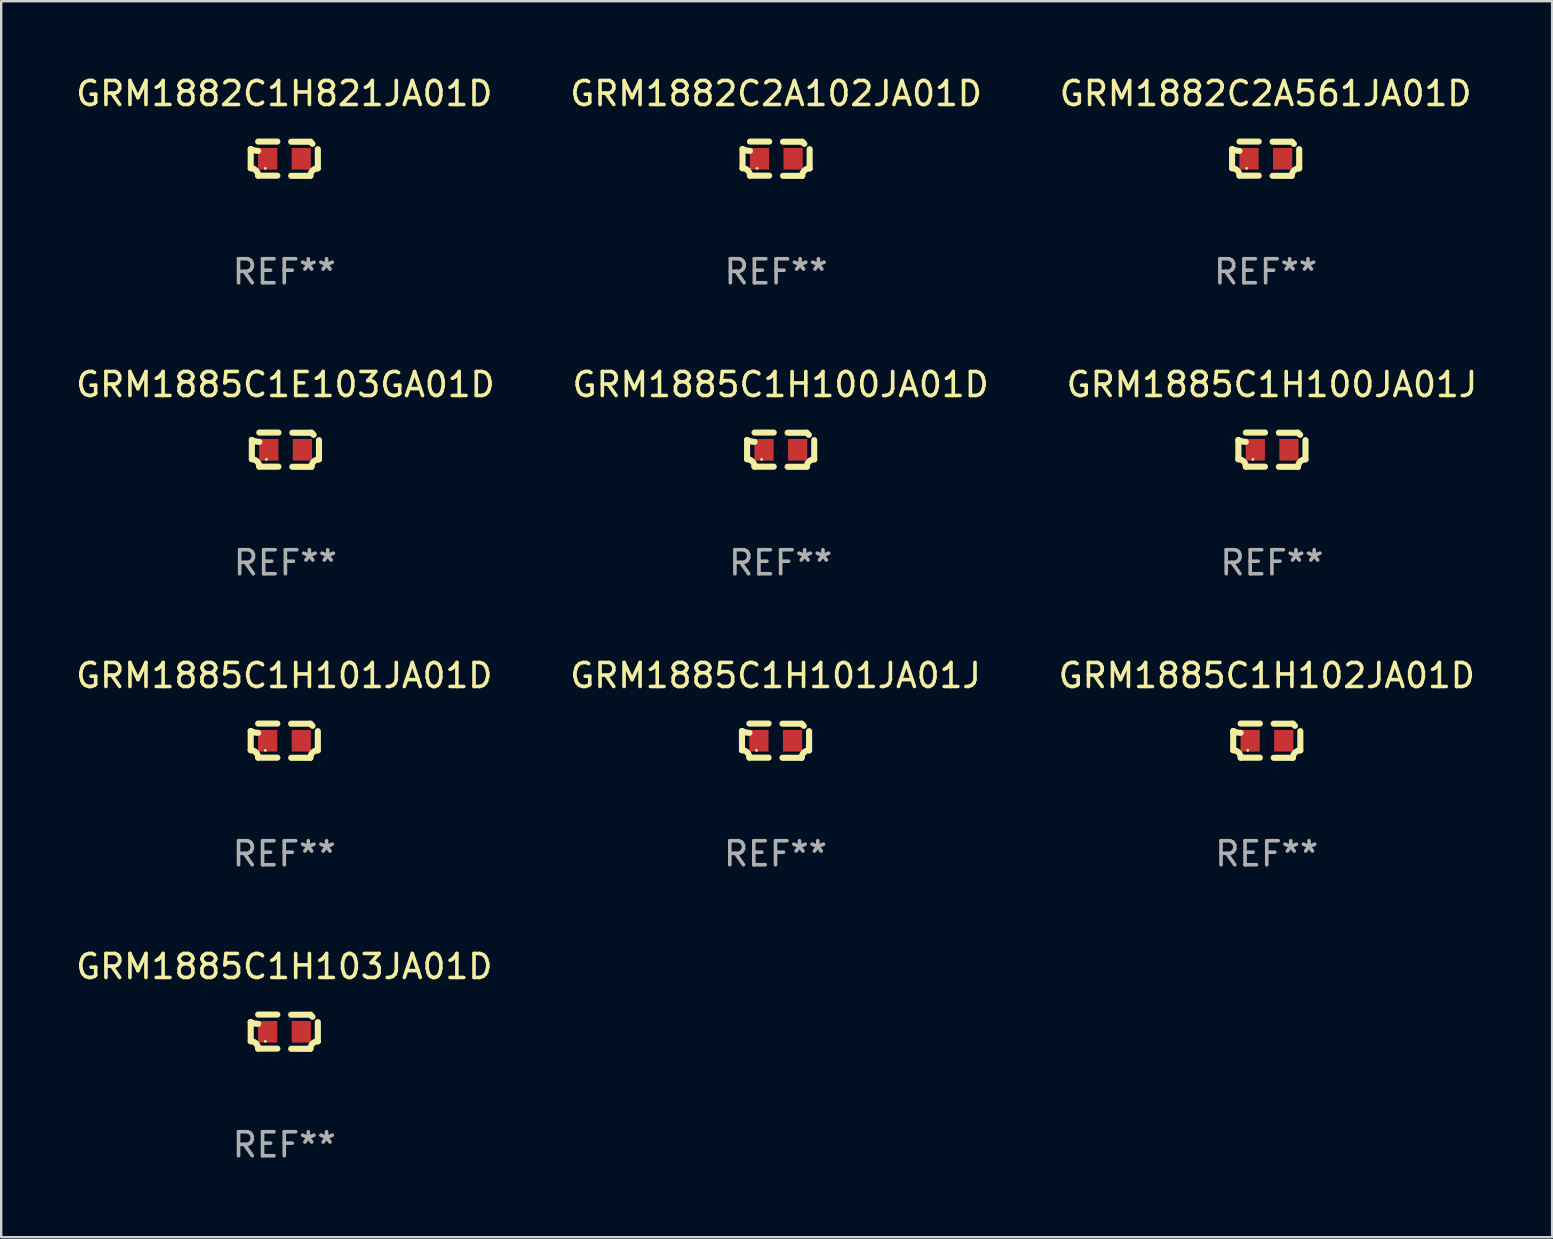
<source format=kicad_pcb>
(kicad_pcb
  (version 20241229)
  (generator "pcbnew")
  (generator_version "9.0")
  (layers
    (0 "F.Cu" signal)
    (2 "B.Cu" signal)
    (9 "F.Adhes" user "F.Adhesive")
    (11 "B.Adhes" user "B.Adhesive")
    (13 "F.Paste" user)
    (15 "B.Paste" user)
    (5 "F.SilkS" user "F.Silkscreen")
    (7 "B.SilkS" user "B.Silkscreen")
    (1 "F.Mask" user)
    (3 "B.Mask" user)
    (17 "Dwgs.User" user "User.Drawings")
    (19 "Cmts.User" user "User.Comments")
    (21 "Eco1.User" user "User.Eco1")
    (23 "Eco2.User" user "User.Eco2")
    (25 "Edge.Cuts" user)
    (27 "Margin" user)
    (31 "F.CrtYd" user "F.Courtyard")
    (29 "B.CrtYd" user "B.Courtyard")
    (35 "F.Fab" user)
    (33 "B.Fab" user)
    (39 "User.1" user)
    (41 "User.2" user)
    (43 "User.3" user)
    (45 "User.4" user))
  (footprint "GRM1885C1H103JA01D"
    (layer "F.Cu")
    (at 8.792 39.927)
    (property "Reference" "GRM1885C1H103JA01D" (at 0 -2.713 0) (layer "F.SilkS") (effects (font (size 1 1) (thickness 0.15))))
    (attr through_hole)
    (fp_line (start -1.398 -0.403) (end -1.398 0.397) (stroke (width 0.254) (type solid)) (layer "F.SilkS"))
    (fp_line (start -0.288 -0.713) (end -1.088 -0.713) (stroke (width 0.254) (type solid)) (layer "F.SilkS"))
    (fp_line (start -0.288 0.707) (end -1.088 0.707) (stroke (width 0.254) (type solid)) (layer "F.SilkS"))
    (fp_line (start 0.288 -0.707) (end 1.088 -0.707) (stroke (width 0.254) (type solid)) (layer "F.SilkS"))
    (fp_line (start 0.288 0.713) (end 1.088 0.713) (stroke (width 0.254) (type solid)) (layer "F.SilkS"))
    (fp_line (start 1.398 -0.397) (end 1.398 0.403) (stroke (width 0.254) (type solid)) (layer "F.SilkS"))
    (fp_arc (start -1.397789 0.397066) (mid -1.178701 0.487826) (end -1.08796 0.706922) (stroke (width 0.254001) (type solid)) (layer "F.SilkS"))
    (fp_arc (start -1.08796 -0.327176) (mid -1.247436 -0.346384) (end -1.39779 -0.402908) (stroke (width 0.254001) (type solid)) (layer "F.SilkS"))
    (fp_arc (start 1.087909 0.712738) (mid 1.178656 0.493655) (end 1.397739 0.402908) (stroke (width 0.254001) (type solid)) (layer "F.SilkS"))
    (fp_arc (start 1.175925 -0.618926) (mid 1.131917 -0.662923) (end 1.08791 -0.706922) (stroke (width 0.254001) (type solid)) (layer "F.SilkS"))
    (fp_circle (center -0.792 0.403) (end -0.762 0.403) (stroke (width 0.06) (type solid)) (fill no) (layer "F.SilkS"))
    (fp_text user "REF**" (at 0 4.713 0) (layer "F.Fab") (effects (font (size 1 1) (thickness 0.15))))
    (pad "1" smd rect (at -0.692 0.003) (size 0.8 0.9) (layers "F.Cu" "F.Mask" "F.Paste"))
    (pad "2" smd rect (at 0.708 0.003) (size 0.8 0.9) (layers "F.Cu" "F.Mask" "F.Paste")))
  (footprint "GRM1885C1H101JA01D"
    (layer "F.Cu")
    (at 8.792 27.805)
    (property "Reference" "GRM1885C1H101JA01D" (at 0 -2.713 0) (layer "F.SilkS") (effects (font (size 1 1) (thickness 0.15))))
    (attr through_hole)
    (fp_line (start -1.398 -0.403) (end -1.398 0.397) (stroke (width 0.254) (type solid)) (layer "F.SilkS"))
    (fp_line (start -0.288 -0.713) (end -1.088 -0.713) (stroke (width 0.254) (type solid)) (layer "F.SilkS"))
    (fp_line (start -0.288 0.707) (end -1.088 0.707) (stroke (width 0.254) (type solid)) (layer "F.SilkS"))
    (fp_line (start 0.288 -0.707) (end 1.088 -0.707) (stroke (width 0.254) (type solid)) (layer "F.SilkS"))
    (fp_line (start 0.288 0.713) (end 1.088 0.713) (stroke (width 0.254) (type solid)) (layer "F.SilkS"))
    (fp_line (start 1.398 -0.397) (end 1.398 0.403) (stroke (width 0.254) (type solid)) (layer "F.SilkS"))
    (fp_arc (start -1.397789 0.397066) (mid -1.178701 0.487826) (end -1.08796 0.706922) (stroke (width 0.254001) (type solid)) (layer "F.SilkS"))
    (fp_arc (start -1.08796 -0.327176) (mid -1.247436 -0.346384) (end -1.39779 -0.402908) (stroke (width 0.254001) (type solid)) (layer "F.SilkS"))
    (fp_arc (start 1.087909 0.712738) (mid 1.178656 0.493655) (end 1.397739 0.402908) (stroke (width 0.254001) (type solid)) (layer "F.SilkS"))
    (fp_arc (start 1.175925 -0.618926) (mid 1.131917 -0.662923) (end 1.08791 -0.706922) (stroke (width 0.254001) (type solid)) (layer "F.SilkS"))
    (fp_circle (center -0.792 0.403) (end -0.762 0.403) (stroke (width 0.06) (type solid)) (fill no) (layer "F.SilkS"))
    (fp_text user "REF**" (at 0 4.713 0) (layer "F.Fab") (effects (font (size 1 1) (thickness 0.15))))
    (pad "1" smd rect (at -0.692 0.003) (size 0.8 0.9) (layers "F.Cu" "F.Mask" "F.Paste"))
    (pad "2" smd rect (at 0.708 0.003) (size 0.8 0.9) (layers "F.Cu" "F.Mask" "F.Paste")))
  (footprint "GRM1885C1H101JA01J"
    (layer "F.Cu")
    (at 29.256 27.805)
    (property "Reference" "GRM1885C1H101JA01J" (at 0 -2.713 0) (layer "F.SilkS") (effects (font (size 1 1) (thickness 0.15))))
    (attr through_hole)
    (fp_line (start -1.398 -0.403) (end -1.398 0.397) (stroke (width 0.254) (type solid)) (layer "F.SilkS"))
    (fp_line (start -0.288 -0.713) (end -1.088 -0.713) (stroke (width 0.254) (type solid)) (layer "F.SilkS"))
    (fp_line (start -0.288 0.707) (end -1.088 0.707) (stroke (width 0.254) (type solid)) (layer "F.SilkS"))
    (fp_line (start 0.288 -0.707) (end 1.088 -0.707) (stroke (width 0.254) (type solid)) (layer "F.SilkS"))
    (fp_line (start 0.288 0.713) (end 1.088 0.713) (stroke (width 0.254) (type solid)) (layer "F.SilkS"))
    (fp_line (start 1.398 -0.397) (end 1.398 0.403) (stroke (width 0.254) (type solid)) (layer "F.SilkS"))
    (fp_arc (start -1.397789 0.397066) (mid -1.178701 0.487826) (end -1.08796 0.706922) (stroke (width 0.254001) (type solid)) (layer "F.SilkS"))
    (fp_arc (start -1.08796 -0.327176) (mid -1.247436 -0.346384) (end -1.39779 -0.402908) (stroke (width 0.254001) (type solid)) (layer "F.SilkS"))
    (fp_arc (start 1.087909 0.712738) (mid 1.178656 0.493655) (end 1.397739 0.402908) (stroke (width 0.254001) (type solid)) (layer "F.SilkS"))
    (fp_arc (start 1.175925 -0.618926) (mid 1.131917 -0.662923) (end 1.08791 -0.706922) (stroke (width 0.254001) (type solid)) (layer "F.SilkS"))
    (fp_circle (center -0.792 0.403) (end -0.762 0.403) (stroke (width 0.06) (type solid)) (fill no) (layer "F.SilkS"))
    (fp_text user "REF**" (at 0 4.713 0) (layer "F.Fab") (effects (font (size 1 1) (thickness 0.15))))
    (pad "1" smd rect (at -0.692 0.003) (size 0.8 0.9) (layers "F.Cu" "F.Mask" "F.Paste"))
    (pad "2" smd rect (at 0.708 0.003) (size 0.8 0.9) (layers "F.Cu" "F.Mask" "F.Paste")))
  (footprint "GRM1882C2A102JA01D"
    (layer "F.Cu")
    (at 29.28 3.561)
    (property "Reference" "GRM1882C2A102JA01D" (at 0 -2.713 0) (layer "F.SilkS") (effects (font (size 1 1) (thickness 0.15))))
    (attr through_hole)
    (fp_line (start -1.398 -0.403) (end -1.398 0.397) (stroke (width 0.254) (type solid)) (layer "F.SilkS"))
    (fp_line (start -0.288 -0.713) (end -1.088 -0.713) (stroke (width 0.254) (type solid)) (layer "F.SilkS"))
    (fp_line (start -0.288 0.707) (end -1.088 0.707) (stroke (width 0.254) (type solid)) (layer "F.SilkS"))
    (fp_line (start 0.288 -0.707) (end 1.088 -0.707) (stroke (width 0.254) (type solid)) (layer "F.SilkS"))
    (fp_line (start 0.288 0.713) (end 1.088 0.713) (stroke (width 0.254) (type solid)) (layer "F.SilkS"))
    (fp_line (start 1.398 -0.397) (end 1.398 0.403) (stroke (width 0.254) (type solid)) (layer "F.SilkS"))
    (fp_arc (start -1.397789 0.397066) (mid -1.178701 0.487826) (end -1.08796 0.706922) (stroke (width 0.254001) (type solid)) (layer "F.SilkS"))
    (fp_arc (start -1.08796 -0.327176) (mid -1.247436 -0.346384) (end -1.39779 -0.402908) (stroke (width 0.254001) (type solid)) (layer "F.SilkS"))
    (fp_arc (start 1.087909 0.712738) (mid 1.178656 0.493655) (end 1.397739 0.402908) (stroke (width 0.254001) (type solid)) (layer "F.SilkS"))
    (fp_arc (start 1.175925 -0.618926) (mid 1.131917 -0.662923) (end 1.08791 -0.706922) (stroke (width 0.254001) (type solid)) (layer "F.SilkS"))
    (fp_circle (center -0.792 0.403) (end -0.762 0.403) (stroke (width 0.06) (type solid)) (fill no) (layer "F.SilkS"))
    (fp_text user "REF**" (at 0 4.713 0) (layer "F.Fab") (effects (font (size 1 1) (thickness 0.15))))
    (pad "1" smd rect (at -0.692 0.003) (size 0.8 0.9) (layers "F.Cu" "F.Mask" "F.Paste"))
    (pad "2" smd rect (at 0.708 0.003) (size 0.8 0.9) (layers "F.Cu" "F.Mask" "F.Paste")))
  (footprint "GRM1885C1E103GA01D"
    (layer "F.Cu")
    (at 8.839 15.683)
    (property "Reference" "GRM1885C1E103GA01D" (at 0 -2.713 0) (layer "F.SilkS") (effects (font (size 1 1) (thickness 0.15))))
    (attr through_hole)
    (fp_line (start -1.398 -0.403) (end -1.398 0.397) (stroke (width 0.254) (type solid)) (layer "F.SilkS"))
    (fp_line (start -0.288 -0.713) (end -1.088 -0.713) (stroke (width 0.254) (type solid)) (layer "F.SilkS"))
    (fp_line (start -0.288 0.707) (end -1.088 0.707) (stroke (width 0.254) (type solid)) (layer "F.SilkS"))
    (fp_line (start 0.288 -0.707) (end 1.088 -0.707) (stroke (width 0.254) (type solid)) (layer "F.SilkS"))
    (fp_line (start 0.288 0.713) (end 1.088 0.713) (stroke (width 0.254) (type solid)) (layer "F.SilkS"))
    (fp_line (start 1.398 -0.397) (end 1.398 0.403) (stroke (width 0.254) (type solid)) (layer "F.SilkS"))
    (fp_arc (start -1.397789 0.397066) (mid -1.178701 0.487826) (end -1.08796 0.706922) (stroke (width 0.254001) (type solid)) (layer "F.SilkS"))
    (fp_arc (start -1.08796 -0.327176) (mid -1.247436 -0.346384) (end -1.39779 -0.402908) (stroke (width 0.254001) (type solid)) (layer "F.SilkS"))
    (fp_arc (start 1.087909 0.712738) (mid 1.178656 0.493655) (end 1.397739 0.402908) (stroke (width 0.254001) (type solid)) (layer "F.SilkS"))
    (fp_arc (start 1.175925 -0.618926) (mid 1.131917 -0.662923) (end 1.08791 -0.706922) (stroke (width 0.254001) (type solid)) (layer "F.SilkS"))
    (fp_circle (center -0.792 0.403) (end -0.762 0.403) (stroke (width 0.06) (type solid)) (fill no) (layer "F.SilkS"))
    (fp_text user "REF**" (at 0 4.713 0) (layer "F.Fab") (effects (font (size 1 1) (thickness 0.15))))
    (pad "1" smd rect (at -0.692 0.003) (size 0.8 0.9) (layers "F.Cu" "F.Mask" "F.Paste"))
    (pad "2" smd rect (at 0.708 0.003) (size 0.8 0.9) (layers "F.Cu" "F.Mask" "F.Paste")))
  (footprint "GRM1885C1H100JA01D"
    (layer "F.Cu")
    (at 29.47 15.683)
    (property "Reference" "GRM1885C1H100JA01D" (at 0 -2.713 0) (layer "F.SilkS") (effects (font (size 1 1) (thickness 0.15))))
    (attr through_hole)
    (fp_line (start -1.398 -0.403) (end -1.398 0.397) (stroke (width 0.254) (type solid)) (layer "F.SilkS"))
    (fp_line (start -0.288 -0.713) (end -1.088 -0.713) (stroke (width 0.254) (type solid)) (layer "F.SilkS"))
    (fp_line (start -0.288 0.707) (end -1.088 0.707) (stroke (width 0.254) (type solid)) (layer "F.SilkS"))
    (fp_line (start 0.288 -0.707) (end 1.088 -0.707) (stroke (width 0.254) (type solid)) (layer "F.SilkS"))
    (fp_line (start 0.288 0.713) (end 1.088 0.713) (stroke (width 0.254) (type solid)) (layer "F.SilkS"))
    (fp_line (start 1.398 -0.397) (end 1.398 0.403) (stroke (width 0.254) (type solid)) (layer "F.SilkS"))
    (fp_arc (start -1.397789 0.397066) (mid -1.178701 0.487826) (end -1.08796 0.706922) (stroke (width 0.254001) (type solid)) (layer "F.SilkS"))
    (fp_arc (start -1.08796 -0.327176) (mid -1.247436 -0.346384) (end -1.39779 -0.402908) (stroke (width 0.254001) (type solid)) (layer "F.SilkS"))
    (fp_arc (start 1.087909 0.712738) (mid 1.178656 0.493655) (end 1.397739 0.402908) (stroke (width 0.254001) (type solid)) (layer "F.SilkS"))
    (fp_arc (start 1.175925 -0.618926) (mid 1.131917 -0.662923) (end 1.08791 -0.706922) (stroke (width 0.254001) (type solid)) (layer "F.SilkS"))
    (fp_circle (center -0.792 0.403) (end -0.762 0.403) (stroke (width 0.06) (type solid)) (fill no) (layer "F.SilkS"))
    (fp_text user "REF**" (at 0 4.713 0) (layer "F.Fab") (effects (font (size 1 1) (thickness 0.15))))
    (pad "1" smd rect (at -0.692 0.003) (size 0.8 0.9) (layers "F.Cu" "F.Mask" "F.Paste"))
    (pad "2" smd rect (at 0.708 0.003) (size 0.8 0.9) (layers "F.Cu" "F.Mask" "F.Paste")))
  (footprint "GRM1882C2A561JA01D"
    (layer "F.Cu")
    (at 49.673 3.561)
    (property "Reference" "GRM1882C2A561JA01D" (at 0 -2.713 0) (layer "F.SilkS") (effects (font (size 1 1) (thickness 0.15))))
    (attr through_hole)
    (fp_line (start -1.398 -0.403) (end -1.398 0.397) (stroke (width 0.254) (type solid)) (layer "F.SilkS"))
    (fp_line (start -0.288 -0.713) (end -1.088 -0.713) (stroke (width 0.254) (type solid)) (layer "F.SilkS"))
    (fp_line (start -0.288 0.707) (end -1.088 0.707) (stroke (width 0.254) (type solid)) (layer "F.SilkS"))
    (fp_line (start 0.288 -0.707) (end 1.088 -0.707) (stroke (width 0.254) (type solid)) (layer "F.SilkS"))
    (fp_line (start 0.288 0.713) (end 1.088 0.713) (stroke (width 0.254) (type solid)) (layer "F.SilkS"))
    (fp_line (start 1.398 -0.397) (end 1.398 0.403) (stroke (width 0.254) (type solid)) (layer "F.SilkS"))
    (fp_arc (start -1.397789 0.397066) (mid -1.178701 0.487826) (end -1.08796 0.706922) (stroke (width 0.254001) (type solid)) (layer "F.SilkS"))
    (fp_arc (start -1.08796 -0.327176) (mid -1.247436 -0.346384) (end -1.39779 -0.402908) (stroke (width 0.254001) (type solid)) (layer "F.SilkS"))
    (fp_arc (start 1.087909 0.712738) (mid 1.178656 0.493655) (end 1.397739 0.402908) (stroke (width 0.254001) (type solid)) (layer "F.SilkS"))
    (fp_arc (start 1.175925 -0.618926) (mid 1.131917 -0.662923) (end 1.08791 -0.706922) (stroke (width 0.254001) (type solid)) (layer "F.SilkS"))
    (fp_circle (center -0.792 0.403) (end -0.762 0.403) (stroke (width 0.06) (type solid)) (fill no) (layer "F.SilkS"))
    (fp_text user "REF**" (at 0 4.713 0) (layer "F.Fab") (effects (font (size 1 1) (thickness 0.15))))
    (pad "1" smd rect (at -0.692 0.003) (size 0.8 0.9) (layers "F.Cu" "F.Mask" "F.Paste"))
    (pad "2" smd rect (at 0.708 0.003) (size 0.8 0.9) (layers "F.Cu" "F.Mask" "F.Paste")))
  (footprint "GRM1885C1H100JA01J"
    (layer "F.Cu")
    (at 49.935 15.683)
    (property "Reference" "GRM1885C1H100JA01J" (at 0 -2.713 0) (layer "F.SilkS") (effects (font (size 1 1) (thickness 0.15))))
    (attr through_hole)
    (fp_line (start -1.398 -0.403) (end -1.398 0.397) (stroke (width 0.254) (type solid)) (layer "F.SilkS"))
    (fp_line (start -0.288 -0.713) (end -1.088 -0.713) (stroke (width 0.254) (type solid)) (layer "F.SilkS"))
    (fp_line (start -0.288 0.707) (end -1.088 0.707) (stroke (width 0.254) (type solid)) (layer "F.SilkS"))
    (fp_line (start 0.288 -0.707) (end 1.088 -0.707) (stroke (width 0.254) (type solid)) (layer "F.SilkS"))
    (fp_line (start 0.288 0.713) (end 1.088 0.713) (stroke (width 0.254) (type solid)) (layer "F.SilkS"))
    (fp_line (start 1.398 -0.397) (end 1.398 0.403) (stroke (width 0.254) (type solid)) (layer "F.SilkS"))
    (fp_arc (start -1.397789 0.397066) (mid -1.178701 0.487826) (end -1.08796 0.706922) (stroke (width 0.254001) (type solid)) (layer "F.SilkS"))
    (fp_arc (start -1.08796 -0.327176) (mid -1.247436 -0.346384) (end -1.39779 -0.402908) (stroke (width 0.254001) (type solid)) (layer "F.SilkS"))
    (fp_arc (start 1.087909 0.712738) (mid 1.178656 0.493655) (end 1.397739 0.402908) (stroke (width 0.254001) (type solid)) (layer "F.SilkS"))
    (fp_arc (start 1.175925 -0.618926) (mid 1.131917 -0.662923) (end 1.08791 -0.706922) (stroke (width 0.254001) (type solid)) (layer "F.SilkS"))
    (fp_circle (center -0.792 0.403) (end -0.762 0.403) (stroke (width 0.06) (type solid)) (fill no) (layer "F.SilkS"))
    (fp_text user "REF**" (at 0 4.713 0) (layer "F.Fab") (effects (font (size 1 1) (thickness 0.15))))
    (pad "1" smd rect (at -0.692 0.003) (size 0.8 0.9) (layers "F.Cu" "F.Mask" "F.Paste"))
    (pad "2" smd rect (at 0.708 0.003) (size 0.8 0.9) (layers "F.Cu" "F.Mask" "F.Paste")))
  (footprint "GRM1885C1H102JA01D"
    (layer "F.Cu")
    (at 49.72 27.805)
    (property "Reference" "GRM1885C1H102JA01D" (at 0 -2.713 0) (layer "F.SilkS") (effects (font (size 1 1) (thickness 0.15))))
    (attr through_hole)
    (fp_line (start -1.398 -0.403) (end -1.398 0.397) (stroke (width 0.254) (type solid)) (layer "F.SilkS"))
    (fp_line (start -0.288 -0.713) (end -1.088 -0.713) (stroke (width 0.254) (type solid)) (layer "F.SilkS"))
    (fp_line (start -0.288 0.707) (end -1.088 0.707) (stroke (width 0.254) (type solid)) (layer "F.SilkS"))
    (fp_line (start 0.288 -0.707) (end 1.088 -0.707) (stroke (width 0.254) (type solid)) (layer "F.SilkS"))
    (fp_line (start 0.288 0.713) (end 1.088 0.713) (stroke (width 0.254) (type solid)) (layer "F.SilkS"))
    (fp_line (start 1.398 -0.397) (end 1.398 0.403) (stroke (width 0.254) (type solid)) (layer "F.SilkS"))
    (fp_arc (start -1.397789 0.397066) (mid -1.178701 0.487826) (end -1.08796 0.706922) (stroke (width 0.254001) (type solid)) (layer "F.SilkS"))
    (fp_arc (start -1.08796 -0.327176) (mid -1.247436 -0.346384) (end -1.39779 -0.402908) (stroke (width 0.254001) (type solid)) (layer "F.SilkS"))
    (fp_arc (start 1.087909 0.712738) (mid 1.178656 0.493655) (end 1.397739 0.402908) (stroke (width 0.254001) (type solid)) (layer "F.SilkS"))
    (fp_arc (start 1.175925 -0.618926) (mid 1.131917 -0.662923) (end 1.08791 -0.706922) (stroke (width 0.254001) (type solid)) (layer "F.SilkS"))
    (fp_circle (center -0.792 0.403) (end -0.762 0.403) (stroke (width 0.06) (type solid)) (fill no) (layer "F.SilkS"))
    (fp_text user "REF**" (at 0 4.713 0) (layer "F.Fab") (effects (font (size 1 1) (thickness 0.15))))
    (pad "1" smd rect (at -0.692 0.003) (size 0.8 0.9) (layers "F.Cu" "F.Mask" "F.Paste"))
    (pad "2" smd rect (at 0.708 0.003) (size 0.8 0.9) (layers "F.Cu" "F.Mask" "F.Paste")))
  (footprint "GRM1882C1H821JA01D"
    (layer "F.Cu")
    (at 8.792 3.561)
    (property "Reference" "GRM1882C1H821JA01D" (at 0 -2.713 0) (layer "F.SilkS") (effects (font (size 1 1) (thickness 0.15))))
    (attr through_hole)
    (fp_line (start -1.398 -0.403) (end -1.398 0.397) (stroke (width 0.254) (type solid)) (layer "F.SilkS"))
    (fp_line (start -0.288 -0.713) (end -1.088 -0.713) (stroke (width 0.254) (type solid)) (layer "F.SilkS"))
    (fp_line (start -0.288 0.707) (end -1.088 0.707) (stroke (width 0.254) (type solid)) (layer "F.SilkS"))
    (fp_line (start 0.288 -0.707) (end 1.088 -0.707) (stroke (width 0.254) (type solid)) (layer "F.SilkS"))
    (fp_line (start 0.288 0.713) (end 1.088 0.713) (stroke (width 0.254) (type solid)) (layer "F.SilkS"))
    (fp_line (start 1.398 -0.397) (end 1.398 0.403) (stroke (width 0.254) (type solid)) (layer "F.SilkS"))
    (fp_arc (start -1.397789 0.397066) (mid -1.178701 0.487826) (end -1.08796 0.706922) (stroke (width 0.254001) (type solid)) (layer "F.SilkS"))
    (fp_arc (start -1.08796 -0.327176) (mid -1.247436 -0.346384) (end -1.39779 -0.402908) (stroke (width 0.254001) (type solid)) (layer "F.SilkS"))
    (fp_arc (start 1.087909 0.712738) (mid 1.178656 0.493655) (end 1.397739 0.402908) (stroke (width 0.254001) (type solid)) (layer "F.SilkS"))
    (fp_arc (start 1.175925 -0.618926) (mid 1.131917 -0.662923) (end 1.08791 -0.706922) (stroke (width 0.254001) (type solid)) (layer "F.SilkS"))
    (fp_circle (center -0.792 0.403) (end -0.762 0.403) (stroke (width 0.06) (type solid)) (fill no) (layer "F.SilkS"))
    (fp_text user "REF**" (at 0 4.713 0) (layer "F.Fab") (effects (font (size 1 1) (thickness 0.15))))
    (pad "1" smd rect (at -0.692 0.003) (size 0.8 0.9) (layers "F.Cu" "F.Mask" "F.Paste"))
    (pad "2" smd rect (at 0.708 0.003) (size 0.8 0.9) (layers "F.Cu" "F.Mask" "F.Paste")))
  (gr_rect
    (start -3 -3)
    (end 61.607 48.488)
    (stroke (width 0.1) (type default))
    (fill no)
    (layer "Edge.Cuts")))
</source>
